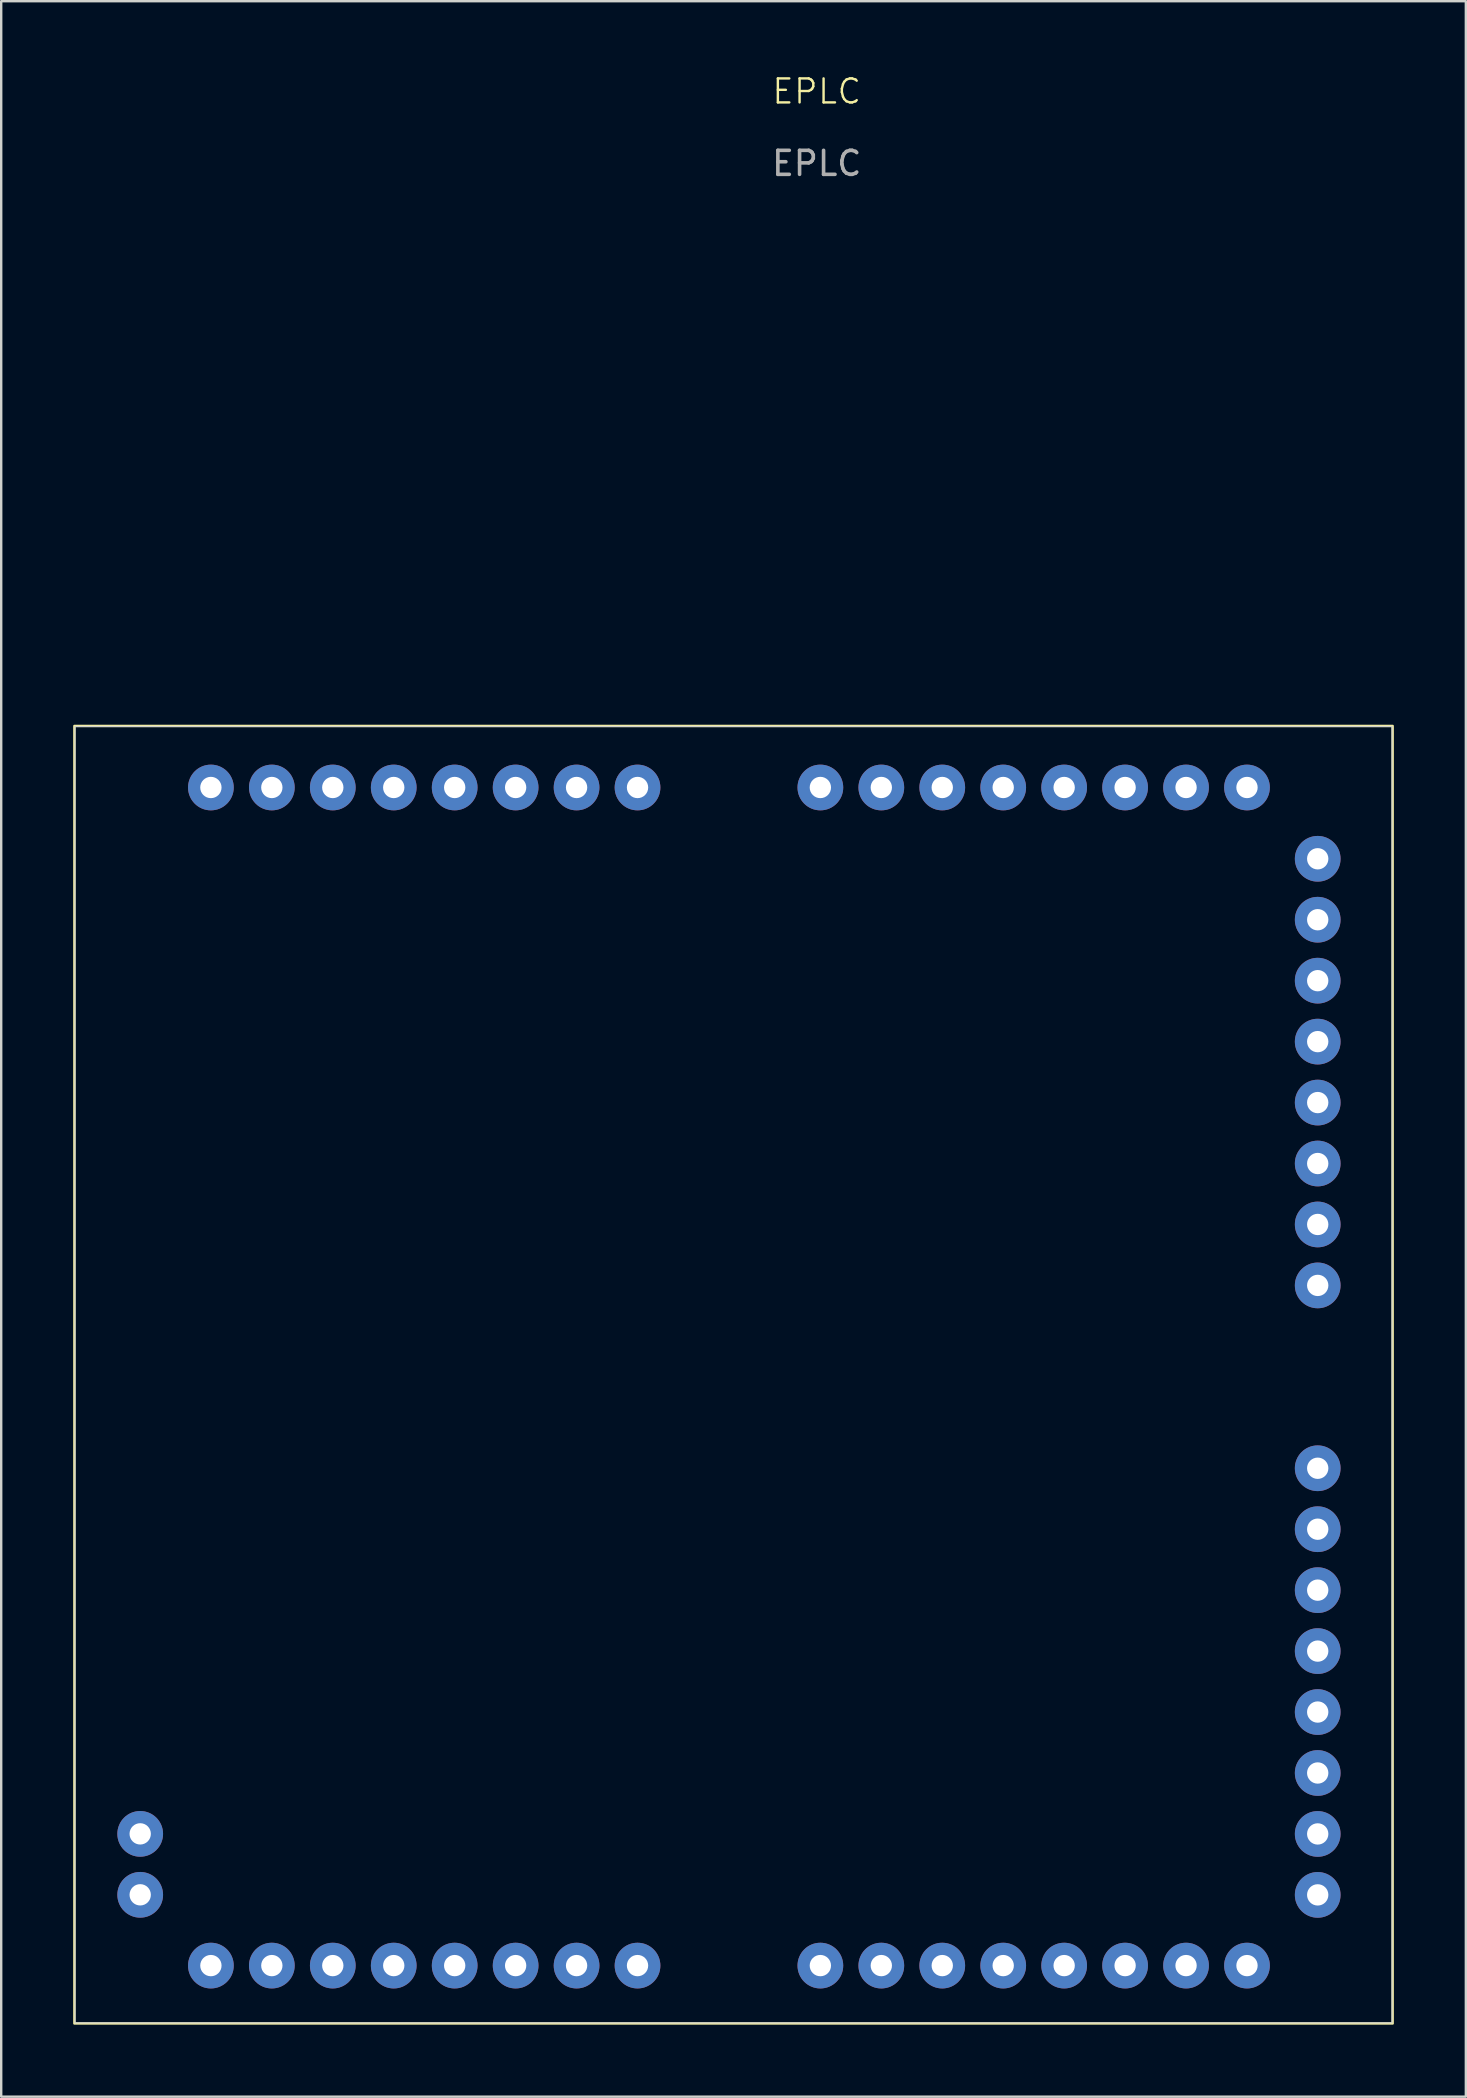
<source format=kicad_pcb>
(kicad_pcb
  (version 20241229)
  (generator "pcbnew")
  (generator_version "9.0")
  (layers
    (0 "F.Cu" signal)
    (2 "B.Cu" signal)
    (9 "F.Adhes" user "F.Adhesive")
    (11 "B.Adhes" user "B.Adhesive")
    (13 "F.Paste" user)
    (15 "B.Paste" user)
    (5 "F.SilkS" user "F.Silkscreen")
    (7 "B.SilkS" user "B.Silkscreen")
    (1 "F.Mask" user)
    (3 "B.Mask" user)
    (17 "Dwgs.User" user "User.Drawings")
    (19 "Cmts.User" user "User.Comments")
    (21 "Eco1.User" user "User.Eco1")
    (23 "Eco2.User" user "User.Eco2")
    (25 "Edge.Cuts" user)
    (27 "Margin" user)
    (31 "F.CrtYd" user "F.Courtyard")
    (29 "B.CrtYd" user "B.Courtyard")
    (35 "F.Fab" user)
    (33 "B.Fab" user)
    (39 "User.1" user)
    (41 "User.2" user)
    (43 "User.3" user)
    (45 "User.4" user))
  (footprint "EPLC"
    (layer "F.Cu")
    (at 30.479 29.794)
    (property "Reference" "EPLC" (at 0.508 -29.034 0) (unlocked yes) (layer "F.SilkS") (effects (font (size 1 1) (thickness 0.1))))
    (attr smd)
    (fp_line (start -27.686 46.123) (end -27.889 46.123) (stroke (width 0.2) (type default)) (layer "F.Cu"))
    (fp_rect (start -30.429 -2.591) (end 24.511 51.486) (stroke (width 0.1) (type default)) (fill no) (layer "F.SilkS"))
    (fp_rect (start -30.404 -2.565) (end 24.486 51.46) (stroke (width 0.05) (type default)) (fill no) (layer "Edge.Cuts"))
    (fp_text user "${REFERENCE}" (at 0.508 -26.034 0) (unlocked yes) (layer "F.Fab") (effects (font (size 1 1) (thickness 0.15))))
    (pad "1" thru_hole circle (at -27.686 43.583 90) (size 1.905 1.905) (drill 0.889) (layers "*.Cu" "*.Mask"))
    (pad "1" thru_hole circle (at -27.686 46.123 90) (size 1.905 1.905) (drill 0.889) (layers "*.Cu" "*.Mask"))
    (pad "1" thru_hole circle (at -24.74 -0.025) (size 1.905 1.905) (drill 0.889) (layers "*.Cu" "*.Mask"))
    (pad "1" thru_hole circle (at -24.74 49.073) (size 1.905 1.905) (drill 0.889) (layers "*.Cu" "*.Mask"))
    (pad "1" thru_hole circle (at -22.2 -0.025) (size 1.905 1.905) (drill 0.889) (layers "*.Cu" "*.Mask"))
    (pad "1" thru_hole circle (at -22.2 49.073) (size 1.905 1.905) (drill 0.889) (layers "*.Cu" "*.Mask"))
    (pad "1" thru_hole circle (at -19.66 -0.025) (size 1.905 1.905) (drill 0.889) (layers "*.Cu" "*.Mask"))
    (pad "1" thru_hole circle (at -19.66 49.073) (size 1.905 1.905) (drill 0.889) (layers "*.Cu" "*.Mask"))
    (pad "1" thru_hole circle (at -17.12 -0.025) (size 1.905 1.905) (drill 0.889) (layers "*.Cu" "*.Mask"))
    (pad "1" thru_hole circle (at -17.12 49.073) (size 1.905 1.905) (drill 0.889) (layers "*.Cu" "*.Mask"))
    (pad "1" thru_hole circle (at -14.58 -0.025) (size 1.905 1.905) (drill 0.889) (layers "*.Cu" "*.Mask"))
    (pad "1" thru_hole circle (at -14.58 49.073) (size 1.905 1.905) (drill 0.889) (layers "*.Cu" "*.Mask"))
    (pad "1" thru_hole circle (at -12.04 -0.025) (size 1.905 1.905) (drill 0.889) (layers "*.Cu" "*.Mask"))
    (pad "1" thru_hole circle (at -12.04 49.073) (size 1.905 1.905) (drill 0.889) (layers "*.Cu" "*.Mask"))
    (pad "1" thru_hole circle (at -9.5 -0.025) (size 1.905 1.905) (drill 0.889) (layers "*.Cu" "*.Mask"))
    (pad "1" thru_hole circle (at -9.5 49.073) (size 1.905 1.905) (drill 0.889) (layers "*.Cu" "*.Mask"))
    (pad "1" thru_hole circle (at -6.96 -0.025) (size 1.905 1.905) (drill 0.889) (layers "*.Cu" "*.Mask"))
    (pad "1" thru_hole circle (at -6.96 49.073) (size 1.905 1.905) (drill 0.889) (layers "*.Cu" "*.Mask"))
    (pad "1" thru_hole circle (at 0.66 -0.025) (size 1.905 1.905) (drill 0.889) (layers "*.Cu" "*.Mask"))
    (pad "1" thru_hole circle (at 0.66 49.073) (size 1.905 1.905) (drill 0.889) (layers "*.Cu" "*.Mask"))
    (pad "1" thru_hole circle (at 3.2 -0.025) (size 1.905 1.905) (drill 0.889) (layers "*.Cu" "*.Mask"))
    (pad "1" thru_hole circle (at 3.2 49.073) (size 1.905 1.905) (drill 0.889) (layers "*.Cu" "*.Mask"))
    (pad "1" thru_hole circle (at 5.74 -0.025) (size 1.905 1.905) (drill 0.889) (layers "*.Cu" "*.Mask"))
    (pad "1" thru_hole circle (at 5.74 49.073) (size 1.905 1.905) (drill 0.889) (layers "*.Cu" "*.Mask"))
    (pad "1" thru_hole circle (at 8.28 -0.025) (size 1.905 1.905) (drill 0.889) (layers "*.Cu" "*.Mask"))
    (pad "1" thru_hole circle (at 8.28 49.073) (size 1.905 1.905) (drill 0.889) (layers "*.Cu" "*.Mask"))
    (pad "1" thru_hole circle (at 10.82 -0.025) (size 1.905 1.905) (drill 0.889) (layers "*.Cu" "*.Mask"))
    (pad "1" thru_hole circle (at 10.82 49.073) (size 1.905 1.905) (drill 0.889) (layers "*.Cu" "*.Mask"))
    (pad "1" thru_hole circle (at 13.36 -0.025) (size 1.905 1.905) (drill 0.889) (layers "*.Cu" "*.Mask"))
    (pad "1" thru_hole circle (at 13.36 49.073) (size 1.905 1.905) (drill 0.889) (layers "*.Cu" "*.Mask"))
    (pad "1" thru_hole circle (at 15.9 -0.025) (size 1.905 1.905) (drill 0.889) (layers "*.Cu" "*.Mask"))
    (pad "1" thru_hole circle (at 15.9 49.073) (size 1.905 1.905) (drill 0.889) (layers "*.Cu" "*.Mask"))
    (pad "1" thru_hole circle (at 18.44 -0.025) (size 1.905 1.905) (drill 0.889) (layers "*.Cu" "*.Mask"))
    (pad "1" thru_hole circle (at 18.44 49.073) (size 1.905 1.905) (drill 0.889) (layers "*.Cu" "*.Mask"))
    (pad "1" thru_hole circle (at 21.387 2.946 90) (size 1.905 1.905) (drill 0.889) (layers "*.Cu" "*.Mask"))
    (pad "1" thru_hole circle (at 21.387 5.486 90) (size 1.905 1.905) (drill 0.889) (layers "*.Cu" "*.Mask"))
    (pad "1" thru_hole circle (at 21.387 8.026 90) (size 1.905 1.905) (drill 0.889) (layers "*.Cu" "*.Mask"))
    (pad "1" thru_hole circle (at 21.387 10.566 90) (size 1.905 1.905) (drill 0.889) (layers "*.Cu" "*.Mask"))
    (pad "1" thru_hole circle (at 21.387 13.106 90) (size 1.905 1.905) (drill 0.889) (layers "*.Cu" "*.Mask"))
    (pad "1" thru_hole circle (at 21.387 15.646 90) (size 1.905 1.905) (drill 0.889) (layers "*.Cu" "*.Mask"))
    (pad "1" thru_hole circle (at 21.387 18.186 90) (size 1.905 1.905) (drill 0.889) (layers "*.Cu" "*.Mask"))
    (pad "1" thru_hole circle (at 21.387 20.726 90) (size 1.905 1.905) (drill 0.889) (layers "*.Cu" "*.Mask"))
    (pad "1" thru_hole circle (at 21.387 28.346 90) (size 1.905 1.905) (drill 0.889) (layers "*.Cu" "*.Mask"))
    (pad "1" thru_hole circle (at 21.387 30.886 90) (size 1.905 1.905) (drill 0.889) (layers "*.Cu" "*.Mask"))
    (pad "1" thru_hole circle (at 21.387 33.426 90) (size 1.905 1.905) (drill 0.889) (layers "*.Cu" "*.Mask"))
    (pad "1" thru_hole circle (at 21.387 35.966 90) (size 1.905 1.905) (drill 0.889) (layers "*.Cu" "*.Mask"))
    (pad "1" thru_hole circle (at 21.387 38.506 90) (size 1.905 1.905) (drill 0.889) (layers "*.Cu" "*.Mask"))
    (pad "1" thru_hole circle (at 21.387 41.046 90) (size 1.905 1.905) (drill 0.889) (layers "*.Cu" "*.Mask"))
    (pad "1" thru_hole circle (at 21.387 43.586 90) (size 1.905 1.905) (drill 0.889) (layers "*.Cu" "*.Mask"))
    (pad "1" thru_hole circle (at 21.387 46.126 90) (size 1.905 1.905) (drill 0.889) (layers "*.Cu" "*.Mask")))
  (gr_rect
    (start -3 -3)
    (end 58.04 84.33)
    (stroke (width 0.1) (type default))
    (fill no)
    (layer "Edge.Cuts")))
</source>
